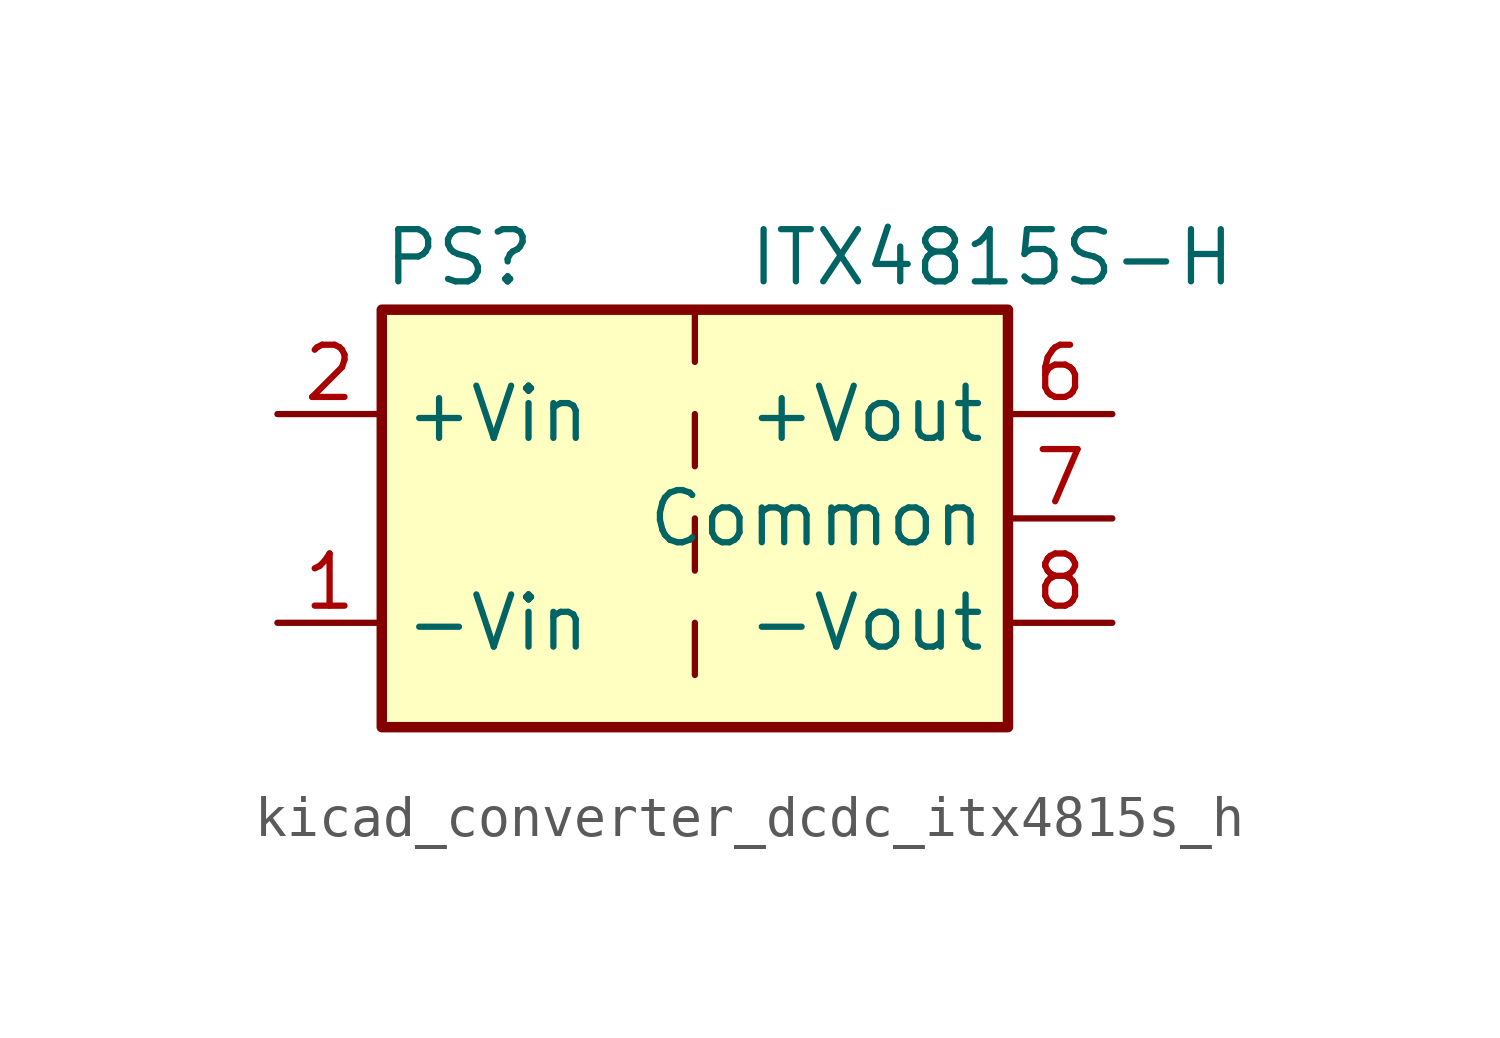
<source format=kicad_sym>
(kicad_symbol_lib
  (version 20220914)
  (generator kicad_symbol_editor)
  (symbol "kicad_converter_dcdc_itx4815s_h"
    (property "Reference" "PS"
      (at -7.62 6.35 0)
      (effects (font (size 1.27 1.27)) (justify left)))
    (property "Value" "ITX4815S-H"
      (at 1.27 6.35 0)
      (effects (font (size 1.27 1.27)) (justify left)))
    (symbol "kicad_converter_dcdc_itx4815s_h_0_0"
      (pin power_in line (at -10.16 -2.54 0) (length 2.54) (name "-Vin" (effects (font (size 1.27 1.27)))) (number "1" (effects (font (size 1.27 1.27)))))
      (pin power_in line (at -10.16 2.54 0) (length 2.54) (name "+Vin" (effects (font (size 1.27 1.27)))) (number "2" (effects (font (size 1.27 1.27)))))
      (pin no_connect line (at 0 -5.08 90) (length 2.54) hide (name "NC" (effects (font (size 1.27 1.27)))) (number "3" (effects (font (size 1.27 1.27)))))
      (pin no_connect line (at 0 5.08 270) (length 2.54) hide (name "NC" (effects (font (size 1.27 1.27)))) (number "5" (effects (font (size 1.27 1.27)))))
      (pin power_out line (at 10.16 2.54 180) (length 2.54) (name "+Vout" (effects (font (size 1.27 1.27)))) (number "6" (effects (font (size 1.27 1.27)))))
      (pin power_out line (at 10.16 0 180) (length 2.54) (name "Common" (effects (font (size 1.27 1.27)))) (number "7" (effects (font (size 1.27 1.27)))))
      (pin power_out line (at 10.16 -2.54 180) (length 2.54) (name "-Vout" (effects (font (size 1.27 1.27)))) (number "8" (effects (font (size 1.27 1.27))))))
    (symbol "kicad_converter_dcdc_itx4815s_h_0_1"
      (rectangle (start -7.62 5.08) (end 7.62 -5.08) (stroke (width 0.254) (type default)) (fill (type background)))
      (polyline (pts (xy 0 -2.54) (xy 0 -3.81)) (stroke (width 0) (type default)) (fill (type none)))
      (polyline (pts (xy 0 0) (xy 0 -1.27)) (stroke (width 0) (type default)) (fill (type none)))
      (polyline (pts (xy 0 2.54) (xy 0 1.27)) (stroke (width 0) (type default)) (fill (type none)))
      (polyline (pts (xy 0 5.08) (xy 0 3.81)) (stroke (width 0) (type default)) (fill (type none))))))
</source>
